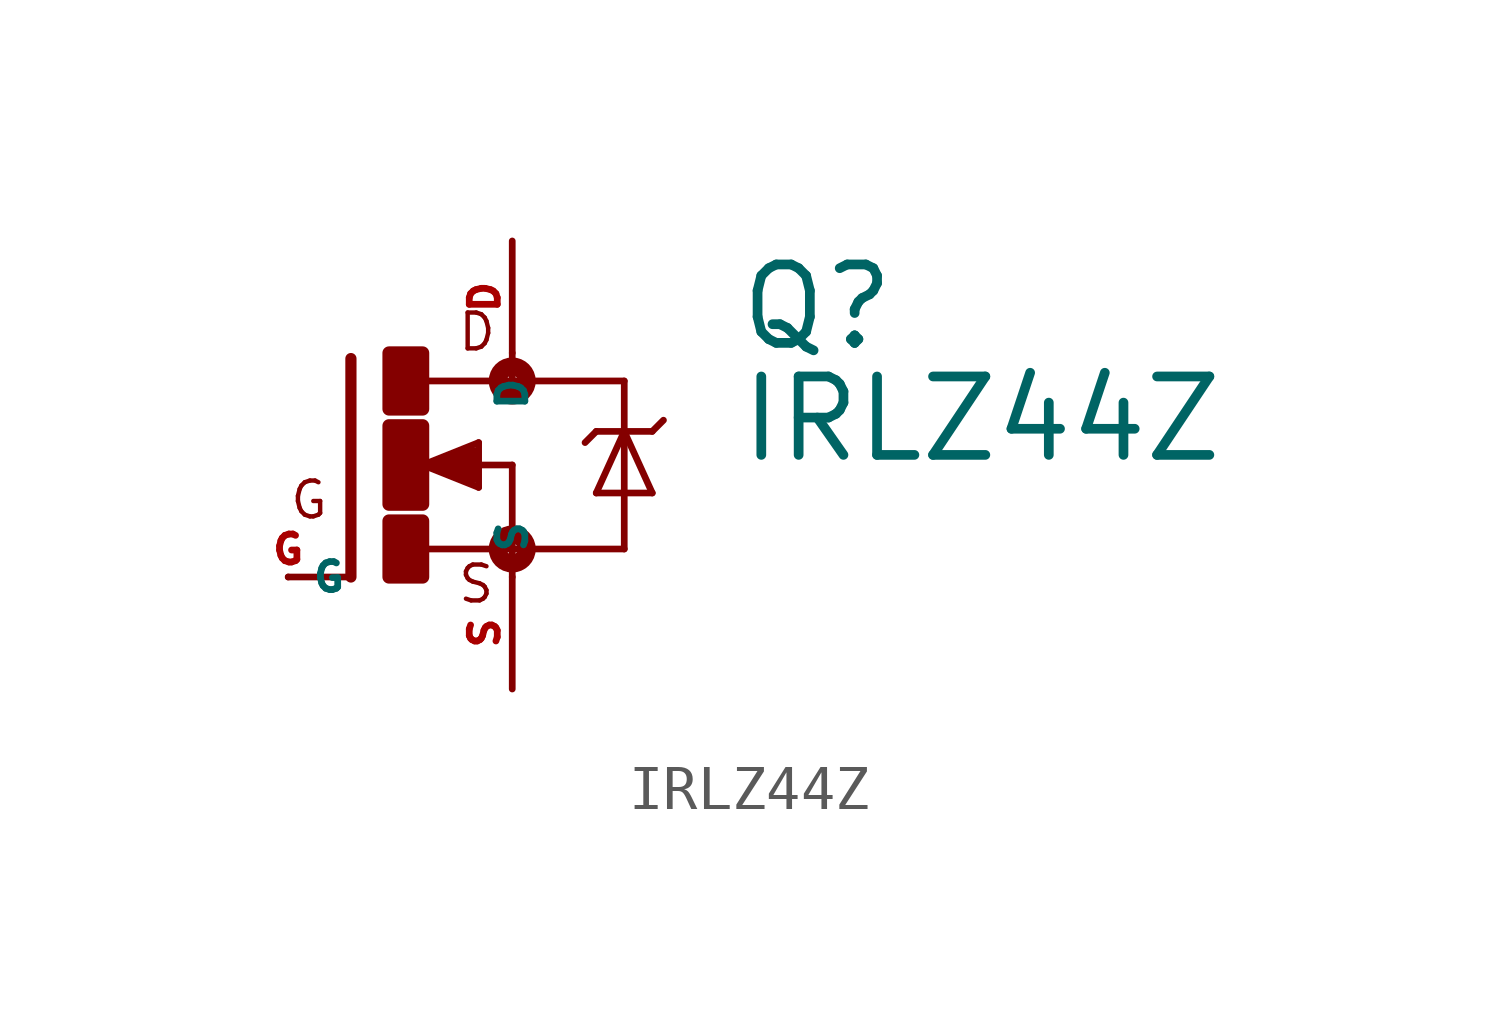
<source format=kicad_sym>
(kicad_symbol_lib
  (version 20220914)
  (generator Eagle2Kicad)
  (symbol "IRLZ44Z"
    (property "Reference" "Q"
      (at 7.62 2.54 0)
      (effects (font (size 1.778 1.778) (thickness 0.22)) (justify left bottom)))
    (property "Value" "IRLZ44Z"
      (at 7.62 0 0)
      (effects (font (size 1.778 1.778) (thickness 0.22)) (justify left bottom)))
    (polyline
      (pts (xy -1.118 2.413) (xy -1.118 -2.54))
      (stroke (width 0.254) (type default))
      (fill (type none)))
    (polyline
      (pts (xy -1.118 -2.54) (xy -2.54 -2.54))
      (stroke (width 0.152) (type default))
      (fill (type none)))
    (polyline
      (pts (xy 2.54 1.905) (xy 0.533 1.905))
      (stroke (width 0.152) (type default))
      (fill (type none)))
    (polyline
      (pts (xy 2.54 0) (xy 2.54 -1.905))
      (stroke (width 0.152) (type default))
      (fill (type none)))
    (polyline
      (pts (xy 0.508 -1.905) (xy 2.54 -1.905))
      (stroke (width 0.152) (type default))
      (fill (type none)))
    (polyline
      (pts (xy 2.54 2.54) (xy 2.54 1.905))
      (stroke (width 0.152) (type default))
      (fill (type none)))
    (polyline
      (pts (xy 2.54 1.905) (xy 5.08 1.905))
      (stroke (width 0.152) (type default))
      (fill (type none)))
    (polyline
      (pts (xy 5.08 1.905) (xy 5.08 0.762))
      (stroke (width 0.152) (type default))
      (fill (type none)))
    (polyline
      (pts (xy 5.08 0.762) (xy 5.08 -1.905))
      (stroke (width 0.152) (type default))
      (fill (type none)))
    (polyline
      (pts (xy 5.08 -1.905) (xy 2.54 -1.905))
      (stroke (width 0.152) (type default))
      (fill (type none)))
    (polyline
      (pts (xy 2.54 -1.905) (xy 2.54 -2.54))
      (stroke (width 0.152) (type default))
      (fill (type none)))
    (polyline
      (pts (xy 5.08 0.762) (xy 4.445 -0.635))
      (stroke (width 0.152) (type default))
      (fill (type none)))
    (polyline
      (pts (xy 4.445 -0.635) (xy 5.715 -0.635))
      (stroke (width 0.152) (type default))
      (fill (type none)))
    (polyline
      (pts (xy 5.715 -0.635) (xy 5.08 0.762))
      (stroke (width 0.152) (type default))
      (fill (type none)))
    (polyline
      (pts (xy 4.445 0.762) (xy 5.08 0.762))
      (stroke (width 0.152) (type default))
      (fill (type none)))
    (polyline
      (pts (xy 5.08 0.762) (xy 5.715 0.762))
      (stroke (width 0.152) (type default))
      (fill (type none)))
    (polyline
      (pts (xy 5.715 0.762) (xy 5.969 1.016))
      (stroke (width 0.152) (type default))
      (fill (type none)))
    (polyline
      (pts (xy 4.445 0.762) (xy 4.191 0.508))
      (stroke (width 0.152) (type default))
      (fill (type none)))
    (polyline
      (pts (xy 0.508 0) (xy 1.778 -0.508))
      (stroke (width 0.152) (type default))
      (fill (type none)))
    (polyline
      (pts (xy 1.778 -0.508) (xy 1.778 0.508))
      (stroke (width 0.152) (type default))
      (fill (type none)))
    (polyline
      (pts (xy 1.778 0.508) (xy 0.508 0))
      (stroke (width 0.152) (type default))
      (fill (type none)))
    (polyline
      (pts (xy 1.651 0) (xy 2.54 0))
      (stroke (width 0.152) (type default))
      (fill (type none)))
    (polyline
      (pts (xy 1.651 0.254) (xy 0.762 0))
      (stroke (width 0.305) (type default))
      (fill (type none)))
    (polyline
      (pts (xy 0.762 0) (xy 1.651 -0.254))
      (stroke (width 0.305) (type default))
      (fill (type none)))
    (polyline
      (pts (xy 1.651 -0.254) (xy 1.651 0))
      (stroke (width 0.305) (type default))
      (fill (type none)))
    (polyline
      (pts (xy 1.651 0) (xy 1.397 0))
      (stroke (width 0.305) (type default))
      (fill (type none)))
    (text "D"
      (at 1.27 2.54 0)
      (effects (font (size 0.813 0.813) (thickness 0.10)) (justify left bottom)))
    (text "S"
      (at 1.27 -3.175 0)
      (effects (font (size 0.813 0.813) (thickness 0.10)) (justify left bottom)))
    (text "G"
      (at -2.54 -1.27 0)
      (effects (font (size 0.813 0.813) (thickness 0.10)) (justify left bottom)))
    (circle
      (center 2.54 -1.905)
      (radius 0.127)
      (stroke (width 0.406) (type default))
      (fill (type none)))
    (circle
      (center 2.54 1.905)
      (radius 0.127)
      (stroke (width 0.406) (type default))
      (fill (type none)))
    (rectangle
      (start -0.254 -2.54)
      (end 0.508 -1.27)
      (stroke (width 0.3) (type default))
      (fill (type outline)))
    (rectangle
      (start -0.254 1.27)
      (end 0.508 2.54)
      (stroke (width 0.3) (type default))
      (fill (type outline)))
    (rectangle
      (start -0.254 -0.889)
      (end 0.508 0.889)
      (stroke (width 0.3) (type default))
      (fill (type outline)))
    (pin passive line
      (at -2.54 -2.54 0)
      (length 0)
      (name "G" (effects (font (size 0.635 0.635) (thickness 0.08)) (justify left bottom)))
      (number "G" (effects (font (size 0.635 0.635) (thickness 0.08)) (justify left bottom))))
    (pin passive line
      (at 2.54 5.08 270)
      (length 2.54)
      (name "D" (effects (font (size 0.635 0.635) (thickness 0.08)) (justify left bottom)))
      (number "D" (effects (font (size 0.635 0.635) (thickness 0.08)) (justify left bottom))))
    (pin passive line
      (at 2.54 -5.08 90)
      (length 2.54)
      (name "S" (effects (font (size 0.635 0.635) (thickness 0.08)) (justify left bottom)))
      (number "S" (effects (font (size 0.635 0.635) (thickness 0.08)) (justify left bottom))))))
</source>
